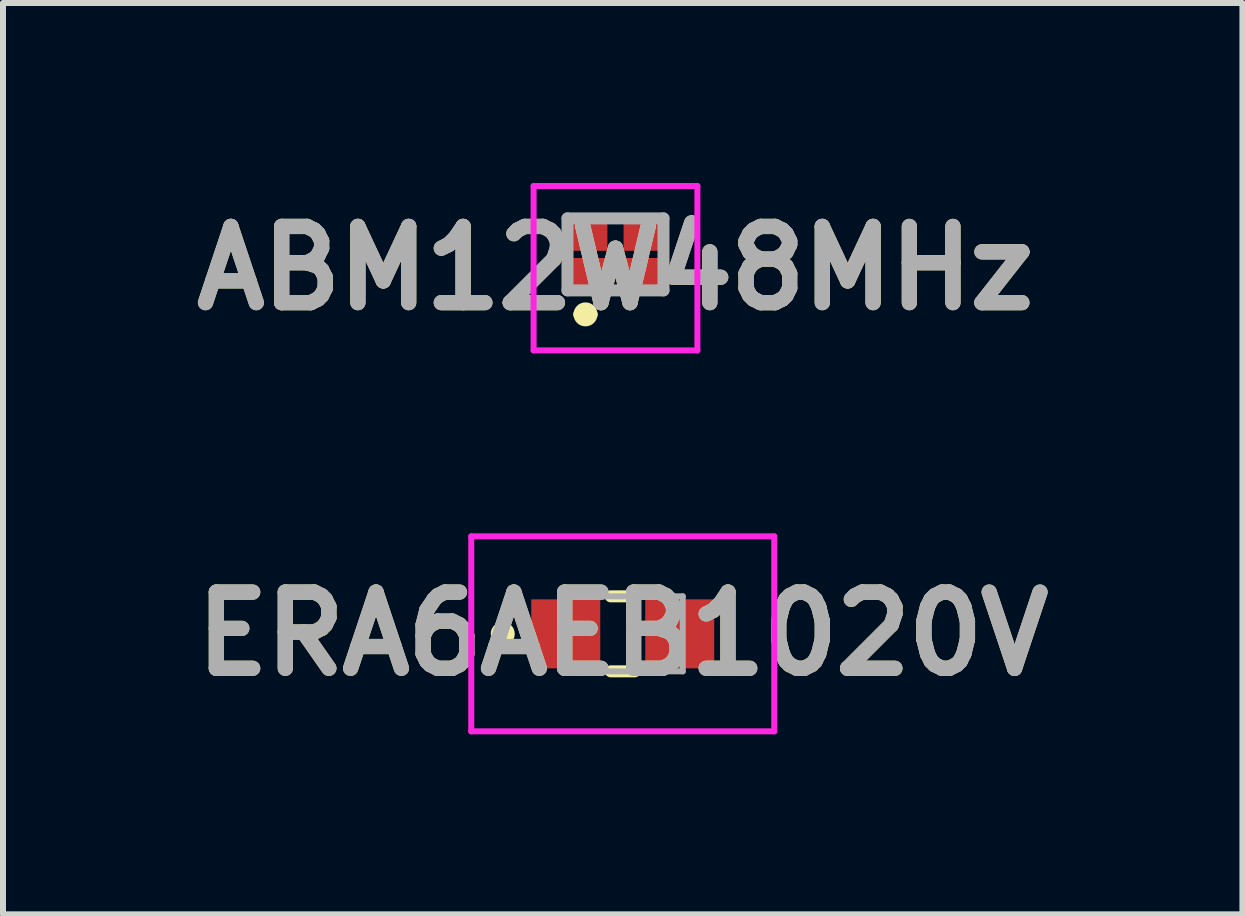
<source format=kicad_pcb>
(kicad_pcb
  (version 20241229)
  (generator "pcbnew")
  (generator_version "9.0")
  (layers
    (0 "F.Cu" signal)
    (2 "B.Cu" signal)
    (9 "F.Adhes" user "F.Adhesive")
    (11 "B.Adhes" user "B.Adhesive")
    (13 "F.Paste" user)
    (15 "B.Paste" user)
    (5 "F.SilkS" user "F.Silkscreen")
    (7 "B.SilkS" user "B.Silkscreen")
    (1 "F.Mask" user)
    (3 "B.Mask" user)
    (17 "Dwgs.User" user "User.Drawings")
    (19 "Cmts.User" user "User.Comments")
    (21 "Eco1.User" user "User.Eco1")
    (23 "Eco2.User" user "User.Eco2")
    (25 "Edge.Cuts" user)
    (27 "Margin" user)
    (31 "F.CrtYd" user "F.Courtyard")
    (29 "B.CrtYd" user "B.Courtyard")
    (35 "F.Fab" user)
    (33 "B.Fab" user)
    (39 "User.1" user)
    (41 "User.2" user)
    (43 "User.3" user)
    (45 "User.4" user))
  (footprint "ABM12W48MHz"
    (layer "F.Cu")
    (at 7.209 1.19)
    (property "Reference" "ABM12W48MHz" (at 0 0.23 0) (layer "F.SilkS") (effects (font (size 1.27 1.27) (thickness 0.254))))
    (attr smd)
    (fp_line (start -0.6 1) (end -0.6 1) (stroke (width 0.2) (type solid)) (layer "F.SilkS"))
    (fp_line (start -0.4 1) (end -0.4 1) (stroke (width 0.2) (type solid)) (layer "F.SilkS"))
    (fp_arc (start -0.6 1) (mid -0.5 0.9) (end -0.4 1) (stroke (width 0.2) (type solid)) (layer "F.SilkS"))
    (fp_arc (start -0.4 1) (mid -0.5 1.1) (end -0.6 1) (stroke (width 0.2) (type solid)) (layer "F.SilkS"))
    (fp_line (start -1.365 -1.14) (end 1.365 -1.14) (stroke (width 0.1) (type solid)) (layer "F.CrtYd"))
    (fp_line (start -1.365 1.6) (end -1.365 -1.14) (stroke (width 0.1) (type solid)) (layer "F.CrtYd"))
    (fp_line (start 1.365 -1.14) (end 1.365 1.6) (stroke (width 0.1) (type solid)) (layer "F.CrtYd"))
    (fp_line (start 1.365 1.6) (end -1.365 1.6) (stroke (width 0.1) (type solid)) (layer "F.CrtYd"))
    (fp_line (start -0.8 -0.6) (end 0.8 -0.6) (stroke (width 0.2) (type solid)) (layer "F.Fab"))
    (fp_line (start -0.8 0.6) (end -0.8 -0.6) (stroke (width 0.2) (type solid)) (layer "F.Fab"))
    (fp_line (start 0.8 -0.6) (end 0.8 0.6) (stroke (width 0.2) (type solid)) (layer "F.Fab"))
    (fp_line (start 0.8 0.6) (end -0.8 0.6) (stroke (width 0.2) (type solid)) (layer "F.Fab"))
    (fp_text user "${REFERENCE}" (at 0 0.23 0) (layer "F.Fab") (effects (font (size 1.27 1.27) (thickness 0.254))))
    (pad "1" smd rect (at -0.5 0.35 90) (size 0.58 0.73) (layers "F.Cu" "F.Mask" "F.Paste"))
    (pad "2" smd rect (at 0.5 0.35 90) (size 0.58 0.73) (layers "F.Cu" "F.Mask" "F.Paste"))
    (pad "3" smd rect (at 0.5 -0.35 90) (size 0.58 0.73) (layers "F.Cu" "F.Mask" "F.Paste"))
    (pad "4" smd rect (at -0.5 -0.35 90) (size 0.58 0.73) (layers "F.Cu" "F.Mask" "F.Paste")))
  (footprint "ERA6AEB1020V"
    (layer "F.Cu")
    (at 7.33 7.515)
    (property "Reference" "ERA6AEB1020V" (at 0 0 0) (layer "F.SilkS") (effects (font (size 1.27 1.27) (thickness 0.254))))
    (attr smd)
    (fp_line (start -2 -0.1) (end -2 -0.1) (stroke (width 0.2) (type solid)) (layer "F.SilkS"))
    (fp_line (start -2 0.1) (end -2 0.1) (stroke (width 0.2) (type solid)) (layer "F.SilkS"))
    (fp_line (start -0.2 -0.625) (end 0.2 -0.625) (stroke (width 0.2) (type solid)) (layer "F.SilkS"))
    (fp_line (start -0.2 0.625) (end 0.2 0.625) (stroke (width 0.2) (type solid)) (layer "F.SilkS"))
    (fp_arc (start -2 -0.1) (mid -1.9 0) (end -2 0.1) (stroke (width 0.2) (type solid)) (layer "F.SilkS"))
    (fp_arc (start -2 0.1) (mid -2.1 0) (end -2 -0.1) (stroke (width 0.2) (type solid)) (layer "F.SilkS"))
    (fp_line (start -2.525 -1.625) (end 2.525 -1.625) (stroke (width 0.1) (type solid)) (layer "F.CrtYd"))
    (fp_line (start -2.525 1.625) (end -2.525 -1.625) (stroke (width 0.1) (type solid)) (layer "F.CrtYd"))
    (fp_line (start 2.525 -1.625) (end 2.525 1.625) (stroke (width 0.1) (type solid)) (layer "F.CrtYd"))
    (fp_line (start 2.525 1.625) (end -2.525 1.625) (stroke (width 0.1) (type solid)) (layer "F.CrtYd"))
    (fp_line (start -1 -0.625) (end 1 -0.625) (stroke (width 0.1) (type solid)) (layer "F.Fab"))
    (fp_line (start -1 0.625) (end -1 -0.625) (stroke (width 0.1) (type solid)) (layer "F.Fab"))
    (fp_line (start 1 -0.625) (end 1 0.625) (stroke (width 0.1) (type solid)) (layer "F.Fab"))
    (fp_line (start 1 0.625) (end -1 0.625) (stroke (width 0.1) (type solid)) (layer "F.Fab"))
    (fp_text user "${REFERENCE}" (at 0 0 0) (layer "F.Fab") (effects (font (size 1.27 1.27) (thickness 0.254))))
    (pad "1" smd rect (at -0.95 0) (size 1.15 1.15) (layers "F.Cu" "F.Mask" "F.Paste"))
    (pad "2" smd rect (at 0.95 0) (size 1.15 1.15) (layers "F.Cu" "F.Mask" "F.Paste")))
  (gr_rect
    (start -3 -3)
    (end 17.659 12.19)
    (stroke (width 0.1) (type default))
    (fill no)
    (layer "Edge.Cuts")))
</source>
